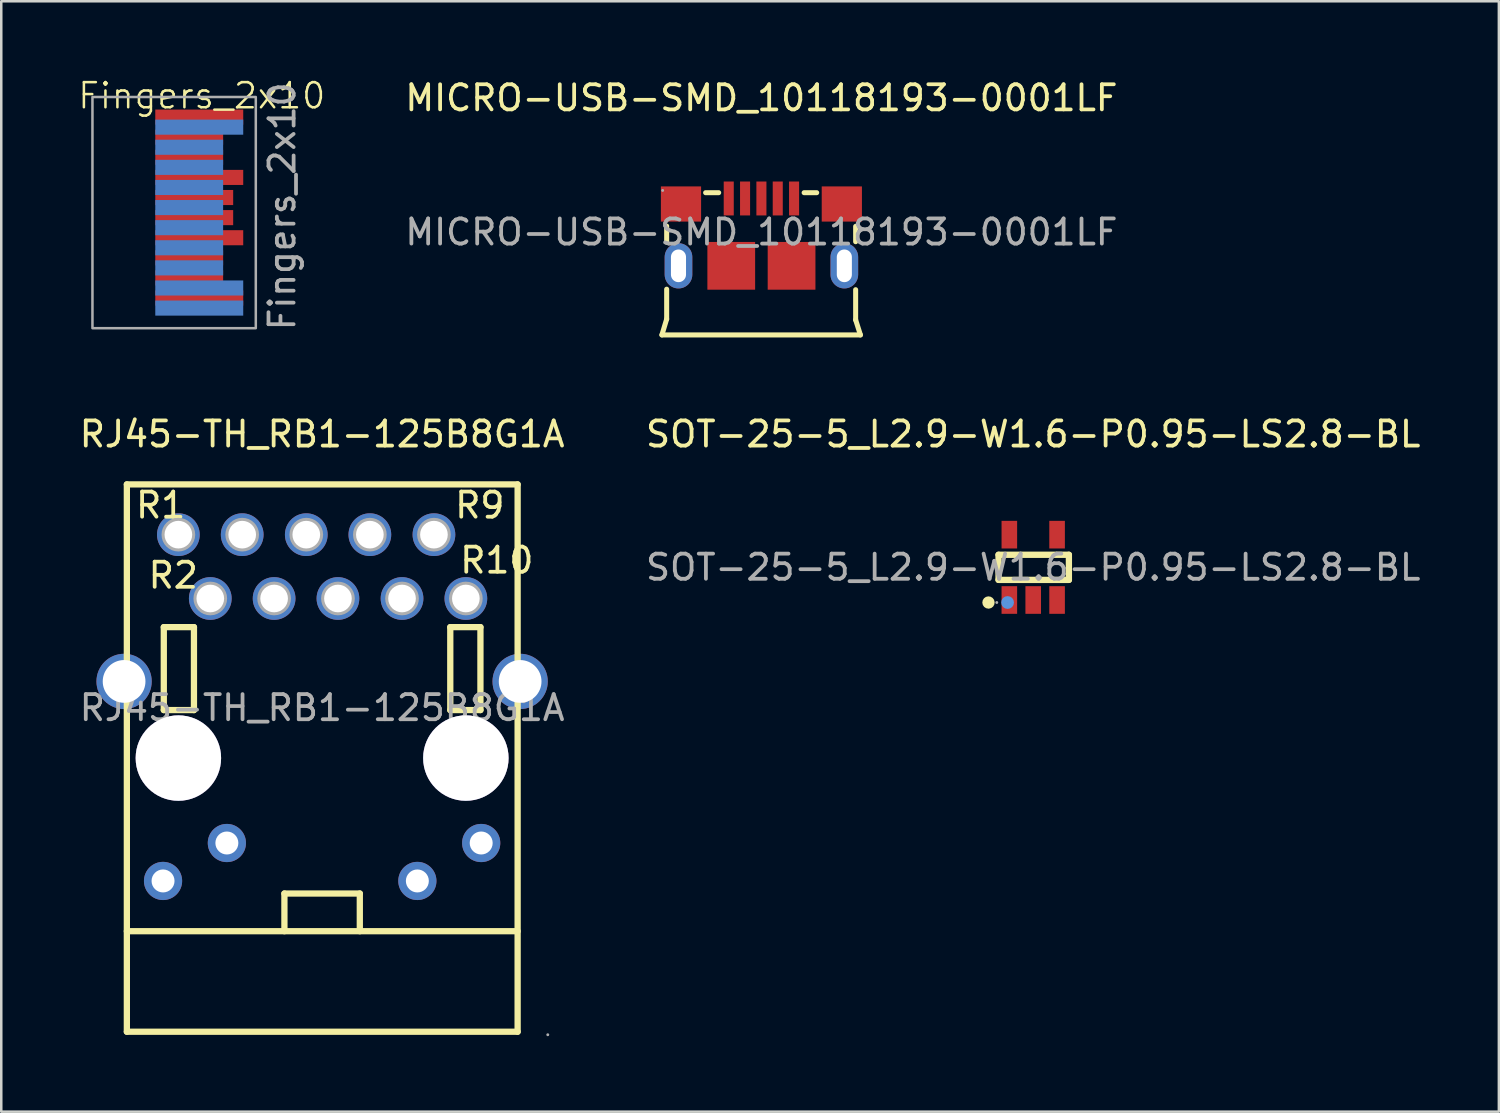
<source format=kicad_pcb>
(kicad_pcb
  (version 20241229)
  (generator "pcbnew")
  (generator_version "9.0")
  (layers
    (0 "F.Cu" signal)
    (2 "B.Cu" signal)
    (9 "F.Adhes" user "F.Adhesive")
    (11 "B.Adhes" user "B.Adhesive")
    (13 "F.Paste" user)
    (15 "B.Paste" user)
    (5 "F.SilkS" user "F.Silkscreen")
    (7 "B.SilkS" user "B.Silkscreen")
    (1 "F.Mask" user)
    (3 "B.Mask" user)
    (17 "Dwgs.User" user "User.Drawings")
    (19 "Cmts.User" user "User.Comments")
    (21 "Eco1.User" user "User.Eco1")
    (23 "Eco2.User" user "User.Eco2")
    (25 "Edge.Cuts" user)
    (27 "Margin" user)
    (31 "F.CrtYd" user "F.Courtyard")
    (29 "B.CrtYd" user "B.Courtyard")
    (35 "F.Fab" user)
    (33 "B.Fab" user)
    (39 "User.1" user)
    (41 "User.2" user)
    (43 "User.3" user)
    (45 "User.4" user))
  (footprint "RJ45-TH_RB1-125B8G1A"
    (layer "F.Cu")
    (at 9.768 25.116)
    (property "Reference" "RJ45-TH_RB1-125B8G1A" (at 0 -10.89 0) (layer "F.SilkS") (effects (font (size 1 1) (thickness 0.15))))
    (attr through_hole)
    (fp_line (start -7.77 -8.89) (end -7.77 12.89) (stroke (width 0.25) (type solid)) (layer "F.SilkS"))
    (fp_line (start -7.77 8.89) (end 7.78 8.89) (stroke (width 0.25) (type solid)) (layer "F.SilkS"))
    (fp_line (start -7.77 12.89) (end 7.78 12.89) (stroke (width 0.25) (type solid)) (layer "F.SilkS"))
    (fp_line (start -6.3 -3.21) (end -5.1 -3.21) (stroke (width 0.25) (type solid)) (layer "F.SilkS"))
    (fp_line (start -6.3 0.09) (end -6.3 -3.21) (stroke (width 0.25) (type solid)) (layer "F.SilkS"))
    (fp_line (start -6.3 0.09) (end -5.1 0.09) (stroke (width 0.25) (type solid)) (layer "F.SilkS"))
    (fp_line (start -5.1 -3.21) (end -5.1 0.09) (stroke (width 0.25) (type solid)) (layer "F.SilkS"))
    (fp_line (start -1.5 7.39) (end 1.5 7.39) (stroke (width 0.25) (type solid)) (layer "F.SilkS"))
    (fp_line (start -1.5 8.89) (end -1.5 7.39) (stroke (width 0.25) (type solid)) (layer "F.SilkS"))
    (fp_line (start 1.5 7.39) (end 1.5 8.89) (stroke (width 0.25) (type solid)) (layer "F.SilkS"))
    (fp_line (start 5.1 -3.21) (end 6.3 -3.21) (stroke (width 0.25) (type solid)) (layer "F.SilkS"))
    (fp_line (start 5.1 0.09) (end 5.1 -3.21) (stroke (width 0.25) (type solid)) (layer "F.SilkS"))
    (fp_line (start 5.1 0.09) (end 6.3 0.09) (stroke (width 0.25) (type solid)) (layer "F.SilkS"))
    (fp_line (start 6.3 -3.21) (end 6.3 0.09) (stroke (width 0.25) (type solid)) (layer "F.SilkS"))
    (fp_line (start 7.78 -8.89) (end -7.77 -8.89) (stroke (width 0.25) (type solid)) (layer "F.SilkS"))
    (fp_line (start 7.78 12.89) (end 7.78 -8.89) (stroke (width 0.25) (type solid)) (layer "F.SilkS"))
    (fp_circle (center -7.88 -1.05) (end -7.5 -1.05) (stroke (width 0.75) (type solid)) (fill no) (layer "F.Fab"))
    (fp_circle (center -6.33 6.89) (end -6.15 6.89) (stroke (width 0.36) (type solid)) (fill no) (layer "F.Fab"))
    (fp_circle (center -5.72 -6.89) (end -5.5 -6.89) (stroke (width 0.45) (type solid)) (fill no) (layer "F.Fab"))
    (fp_circle (center -5.72 2) (end -4.92 2) (stroke (width 1.6) (type solid)) (fill no) (layer "F.Fab"))
    (fp_circle (center -4.45 -4.35) (end -4.23 -4.35) (stroke (width 0.45) (type solid)) (fill no) (layer "F.Fab"))
    (fp_circle (center -3.79 5.38) (end -3.61 5.38) (stroke (width 0.36) (type solid)) (fill no) (layer "F.Fab"))
    (fp_circle (center -3.18 -6.89) (end -2.96 -6.89) (stroke (width 0.45) (type solid)) (fill no) (layer "F.Fab"))
    (fp_circle (center -1.91 -4.35) (end -1.69 -4.35) (stroke (width 0.45) (type solid)) (fill no) (layer "F.Fab"))
    (fp_circle (center -0.63 -6.89) (end -0.41 -6.89) (stroke (width 0.45) (type solid)) (fill no) (layer "F.Fab"))
    (fp_circle (center 0.63 -4.35) (end 0.85 -4.35) (stroke (width 0.45) (type solid)) (fill no) (layer "F.Fab"))
    (fp_circle (center 1.9 -6.89) (end 2.12 -6.89) (stroke (width 0.45) (type solid)) (fill no) (layer "F.Fab"))
    (fp_circle (center 3.18 -4.35) (end 3.4 -4.35) (stroke (width 0.45) (type solid)) (fill no) (layer "F.Fab"))
    (fp_circle (center 3.79 6.89) (end 3.97 6.89) (stroke (width 0.36) (type solid)) (fill no) (layer "F.Fab"))
    (fp_circle (center 4.45 -6.89) (end 4.67 -6.89) (stroke (width 0.45) (type solid)) (fill no) (layer "F.Fab"))
    (fp_circle (center 5.72 -4.35) (end 5.94 -4.35) (stroke (width 0.45) (type solid)) (fill no) (layer "F.Fab"))
    (fp_circle (center 5.72 2) (end 6.52 2) (stroke (width 1.6) (type solid)) (fill no) (layer "F.Fab"))
    (fp_circle (center 6.33 5.38) (end 6.51 5.38) (stroke (width 0.36) (type solid)) (fill no) (layer "F.Fab"))
    (fp_circle (center 7.88 -1.05) (end 8.26 -1.05) (stroke (width 0.75) (type solid)) (fill no) (layer "F.Fab"))
    (fp_circle (center 8.98 13.01) (end 9.01 13.01) (stroke (width 0.06) (type solid)) (fill no) (layer "F.Fab"))
    (fp_text user "R2" (at -7 -5.27 0) (layer "F.SilkS") (effects (font (size 1 1) (thickness 0.15)) (justify left)))
    (fp_text user "R9" (at 5.2 -8.06 0) (layer "F.SilkS") (effects (font (size 1 1) (thickness 0.15)) (justify left)))
    (fp_text user "R1" (at -7.5 -8.06 0) (layer "F.SilkS") (effects (font (size 1 1) (thickness 0.15)) (justify left)))
    (fp_text user "R10" (at 5.4 -5.87 0) (layer "F.SilkS") (effects (font (size 1 1) (thickness 0.15)) (justify left)))
    (fp_text user "${REFERENCE}" (at 0 0 0) (layer "F.Fab") (effects (font (size 1 1) (thickness 0.15))))
    (pad "" thru_hole circle (at -5.72 2) (size 3.4 3.4) (drill 3.4) (layers "*.Cu" "*.Mask"))
    (pad "" thru_hole circle (at 5.72 2) (size 3.4 3.4) (drill 3.4) (layers "*.Cu" "*.Mask"))
    (pad "15" thru_hole circle (at 7.88 -1.05) (size 2.2 2.2) (drill 1.7) (layers "*.Cu" "*.Mask"))
    (pad "16" thru_hole circle (at -7.88 -1.05) (size 2.2 2.2) (drill 1.7) (layers "*.Cu" "*.Mask"))
    (pad "L1" thru_hole circle (at 6.33 5.38) (size 1.52 1.52) (drill 0.914) (layers "*.Cu" "*.Mask"))
    (pad "L2" thru_hole circle (at 3.79 6.89) (size 1.52 1.52) (drill 0.914) (layers "*.Cu" "*.Mask"))
    (pad "L3" thru_hole circle (at -3.79 5.38) (size 1.52 1.52) (drill 0.914) (layers "*.Cu" "*.Mask"))
    (pad "L4" thru_hole circle (at -6.33 6.89) (size 1.52 1.52) (drill 0.914) (layers "*.Cu" "*.Mask"))
    (pad "R1" thru_hole circle (at -5.72 -6.89) (size 1.7 1.7) (drill 1.1) (layers "*.Cu" "*.Mask"))
    (pad "R2" thru_hole circle (at -4.45 -4.35) (size 1.7 1.7) (drill 1.1) (layers "*.Cu" "*.Mask"))
    (pad "R3" thru_hole circle (at -3.18 -6.89) (size 1.7 1.7) (drill 1.1) (layers "*.Cu" "*.Mask"))
    (pad "R4" thru_hole circle (at -1.91 -4.35) (size 1.7 1.7) (drill 1.1) (layers "*.Cu" "*.Mask"))
    (pad "R5" thru_hole circle (at -0.63 -6.89) (size 1.7 1.7) (drill 1.1) (layers "*.Cu" "*.Mask"))
    (pad "R6" thru_hole circle (at 0.63 -4.35) (size 1.7 1.7) (drill 1.1) (layers "*.Cu" "*.Mask"))
    (pad "R7" thru_hole circle (at 1.9 -6.89) (size 1.7 1.7) (drill 1.1) (layers "*.Cu" "*.Mask"))
    (pad "R8" thru_hole circle (at 3.18 -4.35) (size 1.7 1.7) (drill 1.1) (layers "*.Cu" "*.Mask"))
    (pad "R9" thru_hole circle (at 4.45 -6.89) (size 1.7 1.7) (drill 1.1) (layers "*.Cu" "*.Mask"))
    (pad "R10" thru_hole circle (at 5.72 -4.35) (size 1.7 1.7) (drill 1.1) (layers "*.Cu" "*.Mask")))
  (footprint "MICRO-USB-SMD_10118193-0001LF"
    (layer "F.Cu")
    (at 27.249 6.188)
    (property "Reference" "MICRO-USB-SMD_10118193-0001LF" (at 0 -5.34 0) (layer "F.SilkS") (effects (font (size 1 1) (thickness 0.15))))
    (attr smd)
    (fp_line (start -3.96 4.09) (end 3.94 4.09) (stroke (width 0.2) (type solid)) (layer "F.SilkS"))
    (fp_line (start -3.77 -0.24) (end -3.77 0.4) (stroke (width 0.2) (type solid)) (layer "F.SilkS"))
    (fp_line (start -3.77 2.27) (end -3.77 3.46) (stroke (width 0.2) (type solid)) (layer "F.SilkS"))
    (fp_line (start -3.77 3.46) (end -3.96 4.09) (stroke (width 0.2) (type solid)) (layer "F.SilkS"))
    (fp_line (start -2.22 -1.57) (end -1.7 -1.57) (stroke (width 0.2) (type solid)) (layer "F.SilkS"))
    (fp_line (start 1.7 -1.57) (end 2.2 -1.57) (stroke (width 0.2) (type solid)) (layer "F.SilkS"))
    (fp_line (start 3.75 0.38) (end 3.75 -0.23) (stroke (width 0.2) (type solid)) (layer "F.SilkS"))
    (fp_line (start 3.75 3.49) (end 3.75 2.29) (stroke (width 0.2) (type solid)) (layer "F.SilkS"))
    (fp_line (start 3.94 4.09) (end 3.75 3.49) (stroke (width 0.2) (type solid)) (layer "F.SilkS"))
    (fp_circle (center -3.93 -1.66) (end -3.9 -1.66) (stroke (width 0.06) (type solid)) (fill no) (layer "F.Fab"))
    (fp_text user "${REFERENCE}" (at 0 0 0) (layer "F.Fab") (effects (font (size 1 1) (thickness 0.15))))
    (pad "1" smd rect (at -1.3 -1.34) (size 0.4 1.35) (layers "F.Cu" "F.Mask" "F.Paste"))
    (pad "2" smd rect (at -0.65 -1.34) (size 0.4 1.35) (layers "F.Cu" "F.Mask" "F.Paste"))
    (pad "3" smd rect (at 0 -1.34) (size 0.4 1.35) (layers "F.Cu" "F.Mask" "F.Paste"))
    (pad "4" smd rect (at 0.65 -1.34) (size 0.4 1.35) (layers "F.Cu" "F.Mask" "F.Paste"))
    (pad "5" smd rect (at 1.3 -1.34) (size 0.4 1.35) (layers "F.Cu" "F.Mask" "F.Paste"))
    (pad "6" thru_hole oval (at -3.3 1.34) (size 1.1 1.8) (drill oval 0.6 1.3) (layers "*.Cu" "*.Mask"))
    (pad "6" thru_hole oval (at 3.3 1.34) (size 1.1 1.8) (drill oval 0.6 1.3) (layers "*.Cu" "*.Mask"))
    (pad "7" smd rect (at -3.2 -1.12 180) (size 1.6 1.4) (layers "F.Cu" "F.Mask" "F.Paste"))
    (pad "7" smd rect (at -1.2 1.34 180) (size 1.9 1.9) (layers "F.Cu" "F.Mask" "F.Paste"))
    (pad "8" smd rect (at 1.2 1.34 180) (size 1.9 1.9) (layers "F.Cu" "F.Mask" "F.Paste"))
    (pad "8" smd rect (at 3.2 -1.12 180) (size 1.6 1.4) (layers "F.Cu" "F.Mask" "F.Paste")))
  (footprint "SOT-25-5_L2.9-W1.6-P0.95-LS2.8-BL"
    (layer "F.Cu")
    (at 38.065 19.526)
    (property "Reference" "SOT-25-5_L2.9-W1.6-P0.95-LS2.8-BL" (at 0 -5.3 0) (layer "F.SilkS") (effects (font (size 1 1) (thickness 0.15))))
    (attr smd)
    (fp_line (start -1.38 -0.5) (end 1.42 -0.5) (stroke (width 0.25) (type solid)) (layer "F.SilkS"))
    (fp_line (start -1.38 0.5) (end -1.38 -0.5) (stroke (width 0.25) (type solid)) (layer "F.SilkS"))
    (fp_line (start 1.42 -0.5) (end 1.42 0.5) (stroke (width 0.25) (type solid)) (layer "F.SilkS"))
    (fp_line (start 1.42 0.5) (end -1.38 0.5) (stroke (width 0.25) (type solid)) (layer "F.SilkS"))
    (fp_arc (start -1.780034 1.520416) (mid -1.784987 1.279687) (end -1.77 1.52) (stroke (width 0.25) (type solid)) (layer "F.SilkS"))
    (fp_circle (center -1.02 1.4) (end -0.89 1.4) (stroke (width 0.25) (type solid)) (fill no) (layer "Cmts.User"))
    (fp_circle (center -1.45 1.4) (end -1.42 1.4) (stroke (width 0.06) (type solid)) (fill no) (layer "F.Fab"))
    (fp_text user "${REFERENCE}" (at 0 0 0) (layer "F.Fab") (effects (font (size 1 1) (thickness 0.15))))
    (pad "1" smd rect (at -0.95 1.3) (size 0.62 1.1) (layers "F.Cu" "F.Mask" "F.Paste"))
    (pad "2" smd rect (at 0 1.3) (size 0.62 1.1) (layers "F.Cu" "F.Mask" "F.Paste"))
    (pad "3" smd rect (at 0.95 1.3) (size 0.62 1.1) (layers "F.Cu" "F.Mask" "F.Paste"))
    (pad "4" smd rect (at 0.95 -1.3) (size 0.62 1.1) (layers "F.Cu" "F.Mask" "F.Paste"))
    (pad "5" smd rect (at -0.95 -1.3) (size 0.62 1.1) (layers "F.Cu" "F.Mask" "F.Paste")))
  (footprint "Fingers_2x10"
    (layer "F.Cu")
    (at 7.129 0.81)
    (property "Reference" "Fingers_2x10" (at -2.15 -0.05 0) (unlocked yes) (layer "F.SilkS") (effects (font (size 1 1) (thickness 0.1))))
    (attr smd)
    (fp_rect (start -6.5 0) (end 0 9.2) (stroke (width 0.1) (type default)) (fill no) (layer "F.Fab"))
    (fp_text user "${REFERENCE}" (at 1.05 4.35 90) (unlocked yes) (layer "F.Fab") (effects (font (size 1 1) (thickness 0.15))))
    (pad "1" connect rect (at -2.25 1.2) (size 3.5 0.6) (layers "B.Cu" "B.Mask"))
    (pad "2" connect rect (at -2.65 2) (size 2.7 0.6) (layers "B.Cu" "B.Mask"))
    (pad "3" connect rect (at -2.65 2.8) (size 2.7 0.6) (layers "B.Cu" "B.Mask"))
    (pad "4" connect rect (at -2.65 3.6) (size 2.7 0.6) (layers "B.Cu" "B.Mask"))
    (pad "5" connect rect (at -2.65 4.4) (size 2.7 0.6) (layers "B.Cu" "B.Mask"))
    (pad "6" connect rect (at -2.65 5.2) (size 2.7 0.6) (layers "B.Cu" "B.Mask"))
    (pad "7" connect rect (at -2.65 6) (size 2.7 0.6) (layers "B.Cu" "B.Mask"))
    (pad "8" connect rect (at -2.65 6.8) (size 2.7 0.6) (layers "B.Cu" "B.Mask"))
    (pad "9" connect rect (at -2.25 7.6) (size 3.5 0.6) (layers "B.Cu" "B.Mask"))
    (pad "10" connect rect (at -2.25 8.4) (size 3.5 0.6) (layers "B.Cu" "B.Mask"))
    (pad "11" connect rect (at -2.25 8) (size 3.5 0.6) (layers "F.Cu" "F.Mask"))
    (pad "12" connect rect (at -2.65 7.2) (size 2.7 0.6) (layers "F.Cu" "F.Mask"))
    (pad "13" connect rect (at -2.65 6.4) (size 2.7 0.6) (layers "F.Cu" "F.Mask"))
    (pad "14" connect rect (at -2.25 5.6) (size 3.5 0.6) (layers "F.Cu" "F.Mask"))
    (pad "15" connect rect (at -2.45 4.8) (size 3.1 0.6) (layers "F.Cu" "F.Mask"))
    (pad "16" connect rect (at -2.45 4) (size 3.1 0.6) (layers "F.Cu" "F.Mask"))
    (pad "17" connect rect (at -2.25 3.2) (size 3.5 0.6) (layers "F.Cu" "F.Mask"))
    (pad "18" connect rect (at -2.65 2.4) (size 2.7 0.6) (layers "F.Cu" "F.Mask"))
    (pad "19" connect rect (at -2.65 1.6) (size 2.7 0.6) (layers "F.Cu" "F.Mask"))
    (pad "20" connect rect (at -2.25 0.8) (size 3.5 0.6) (layers "F.Cu" "F.Mask")))
  (gr_rect
    (start -3 -3)
    (end 56.595 41.187)
    (stroke (width 0.1) (type default))
    (fill no)
    (layer "Edge.Cuts")))
</source>
